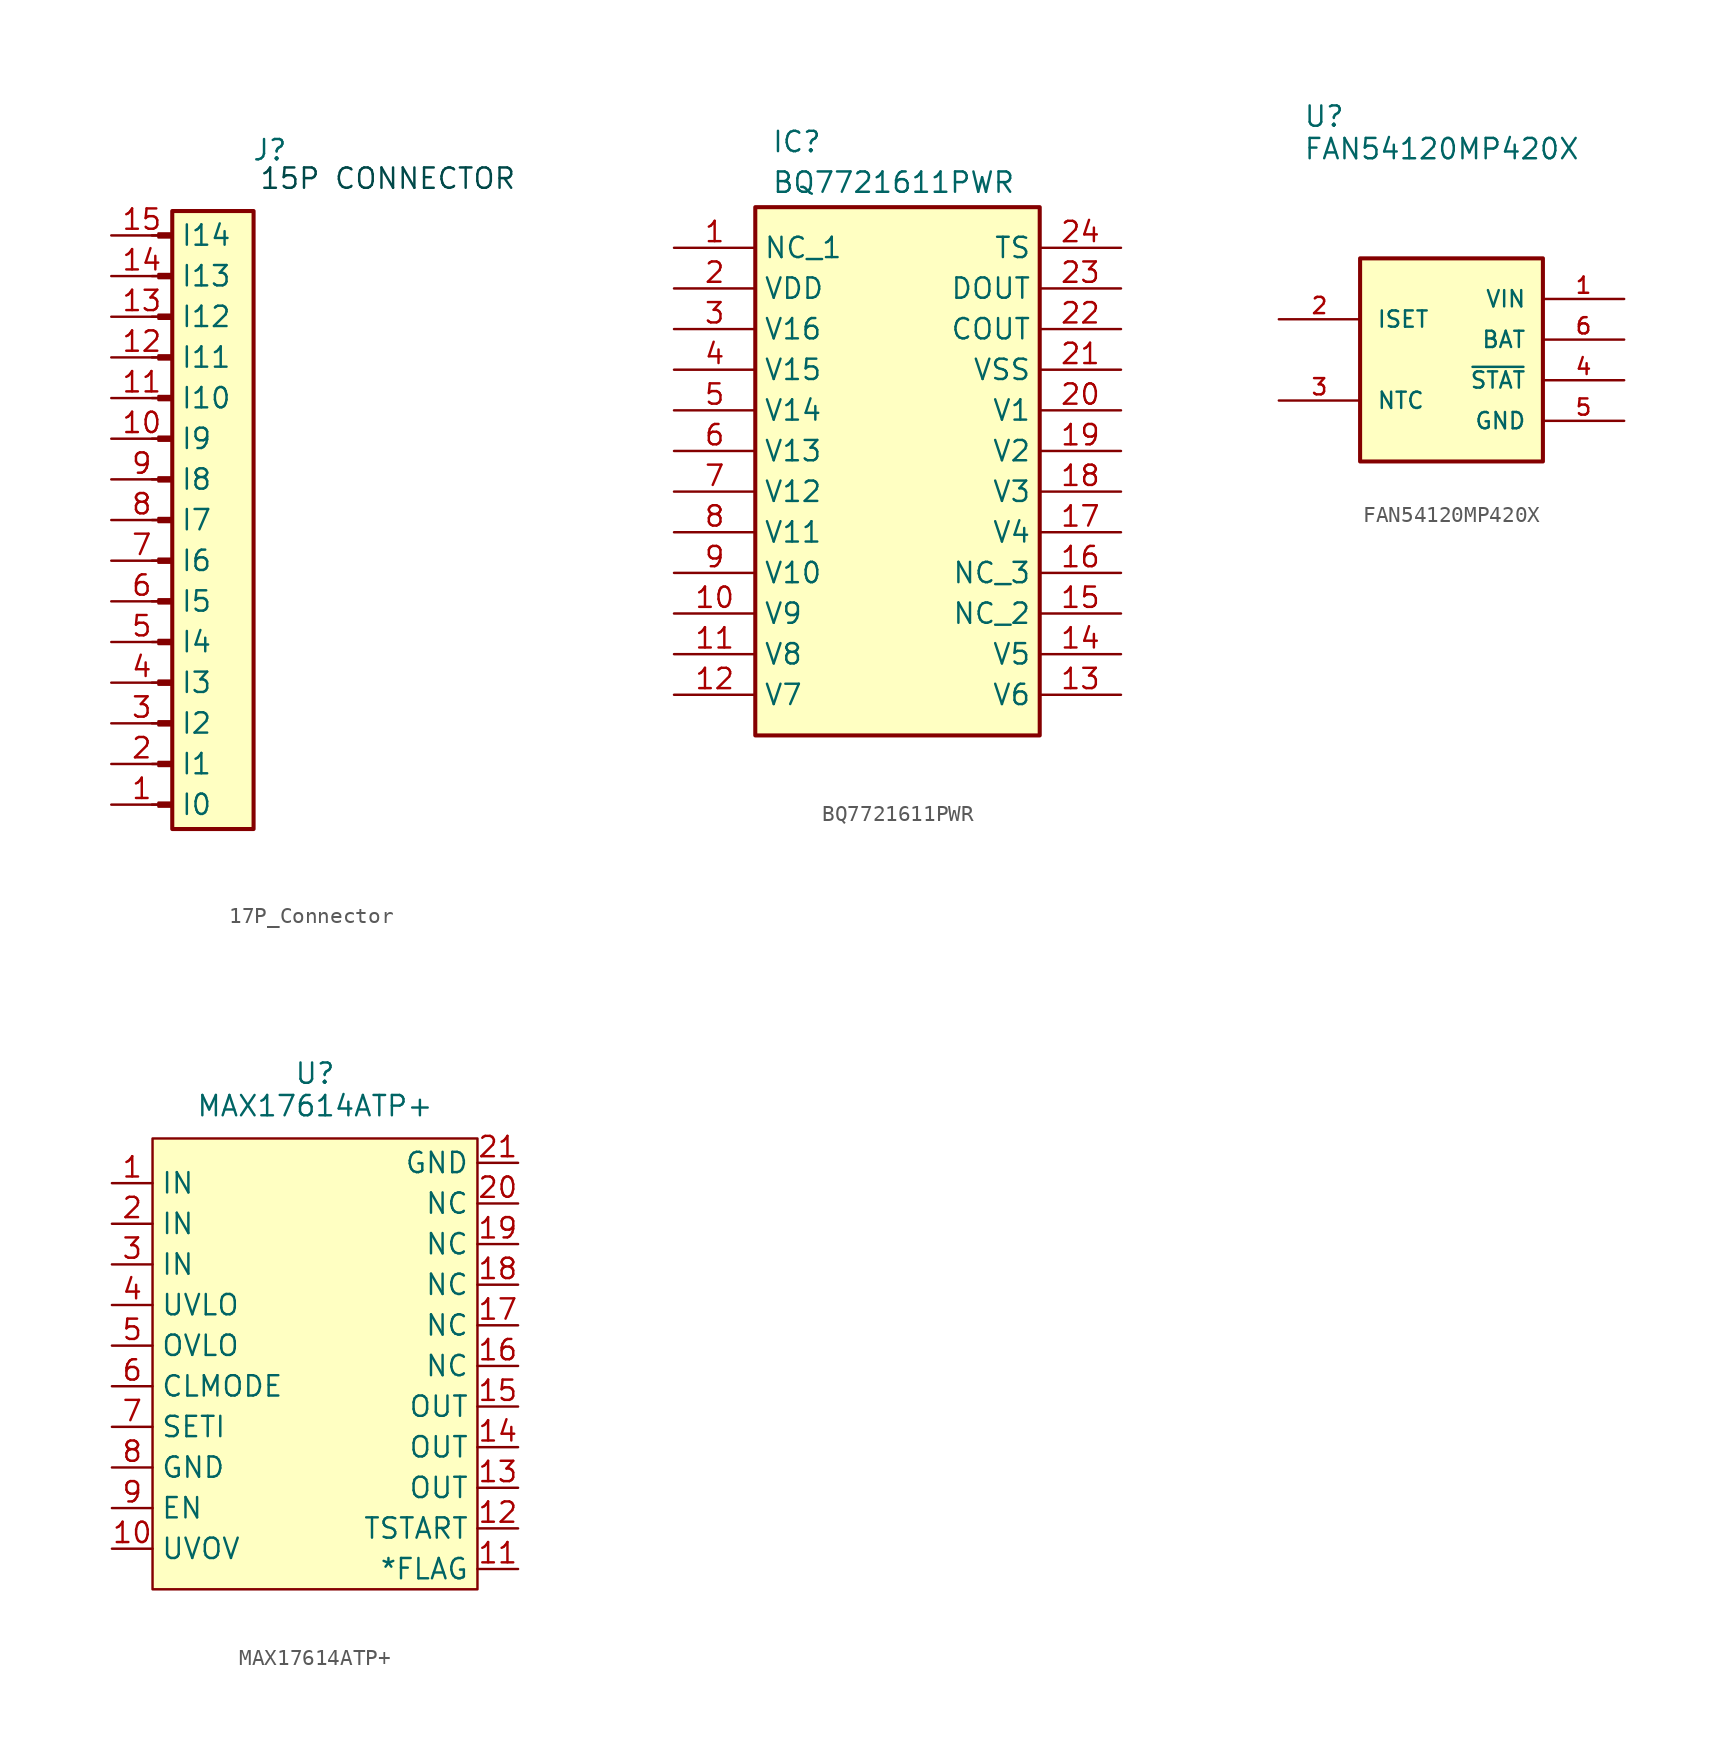
<source format=kicad_sym>
(kicad_symbol_lib
  (version 20241209)
  (generator "kicad_symbol_editor")
  (generator_version "9.0")
  (symbol "17P_Connector"
    (property "Reference" "J"
      (at 3.556 23.114 0)
      (effects (font (size 1.27 1.27))))
    (property "Value" ""
      (at 3.81 6.35 0)
      (effects (font (size 1.27 1.27))))
    (symbol "17P_Connector_0_1"
      (rectangle (start -2.54 19.304) (end 2.54 -19.304) (stroke (width 0.254) (type default)) (fill (type background))))
    (symbol "17P_Connector_1_1"
      (polyline (pts (xy -3.81 17.78) (xy -3.404 17.78)) (stroke (width 0.152) (type default)) (fill (type none)))
      (polyline (pts (xy -3.81 15.24) (xy -3.404 15.24)) (stroke (width 0.152) (type default)) (fill (type none)))
      (polyline (pts (xy -3.81 12.7) (xy -3.404 12.7)) (stroke (width 0.152) (type default)) (fill (type none)))
      (polyline (pts (xy -3.81 10.16) (xy -3.404 10.16)) (stroke (width 0.152) (type default)) (fill (type none)))
      (polyline (pts (xy -3.81 7.62) (xy -3.404 7.62)) (stroke (width 0.152) (type default)) (fill (type none)))
      (polyline (pts (xy -3.81 5.08) (xy -3.404 5.08)) (stroke (width 0.152) (type default)) (fill (type none)))
      (polyline (pts (xy -3.81 2.54) (xy -3.404 2.54)) (stroke (width 0.152) (type default)) (fill (type none)))
      (polyline (pts (xy -3.81 0) (xy -3.404 0)) (stroke (width 0.152) (type default)) (fill (type none)))
      (polyline (pts (xy -3.81 -2.54) (xy -3.404 -2.54)) (stroke (width 0.152) (type default)) (fill (type none)))
      (polyline (pts (xy -3.81 -5.08) (xy -3.404 -5.08)) (stroke (width 0.152) (type default)) (fill (type none)))
      (polyline (pts (xy -3.81 -7.62) (xy -3.404 -7.62)) (stroke (width 0.152) (type default)) (fill (type none)))
      (polyline (pts (xy -3.81 -10.16) (xy -3.404 -10.16)) (stroke (width 0.152) (type default)) (fill (type none)))
      (polyline (pts (xy -3.81 -12.7) (xy -3.404 -12.7)) (stroke (width 0.152) (type default)) (fill (type none)))
      (polyline (pts (xy -3.81 -15.24) (xy -3.404 -15.24)) (stroke (width 0.152) (type default)) (fill (type none)))
      (polyline (pts (xy -3.81 -17.78) (xy -3.404 -17.78)) (stroke (width 0.152) (type default)) (fill (type none)))
      (rectangle (start -3.404 17.653) (end -2.54 17.907) (stroke (width 0.152) (type default)) (fill (type outline)))
      (rectangle (start -3.404 15.113) (end -2.54 15.367) (stroke (width 0.152) (type default)) (fill (type outline)))
      (rectangle (start -3.404 12.573) (end -2.54 12.827) (stroke (width 0.152) (type default)) (fill (type outline)))
      (rectangle (start -3.404 10.033) (end -2.54 10.287) (stroke (width 0.152) (type default)) (fill (type outline)))
      (rectangle (start -3.404 7.493) (end -2.54 7.747) (stroke (width 0.152) (type default)) (fill (type outline)))
      (rectangle (start -3.404 4.953) (end -2.54 5.207) (stroke (width 0.152) (type default)) (fill (type outline)))
      (rectangle (start -3.404 2.413) (end -2.54 2.667) (stroke (width 0.152) (type default)) (fill (type outline)))
      (rectangle (start -3.404 -0.127) (end -2.54 0.127) (stroke (width 0.152) (type default)) (fill (type outline)))
      (rectangle (start -3.404 -2.667) (end -2.54 -2.413) (stroke (width 0.152) (type default)) (fill (type outline)))
      (rectangle (start -3.404 -5.207) (end -2.54 -4.953) (stroke (width 0.152) (type default)) (fill (type outline)))
      (rectangle (start -3.404 -7.747) (end -2.54 -7.493) (stroke (width 0.152) (type default)) (fill (type outline)))
      (rectangle (start -3.404 -10.287) (end -2.54 -10.033) (stroke (width 0.152) (type default)) (fill (type outline)))
      (rectangle (start -3.404 -12.827) (end -2.54 -12.573) (stroke (width 0.152) (type default)) (fill (type outline)))
      (rectangle (start -3.404 -15.367) (end -2.54 -15.113) (stroke (width 0.152) (type default)) (fill (type outline)))
      (rectangle (start -3.404 -17.907) (end -2.54 -17.653) (stroke (width 0.152) (type default)) (fill (type outline)))
      (text "15P CONNECTOR" (at 10.922 21.336 0) (effects (font (size 1.27 1.27) (color 0 72 72 1))))
      (pin passive line (at -6.35 17.78 0) (length 3.81) (name "I14" (effects (font (size 1.27 1.27)))) (number "15" (effects (font (size 1.27 1.27)))))
      (pin passive line (at -6.35 15.24 0) (length 3.81) (name "I13" (effects (font (size 1.27 1.27)))) (number "14" (effects (font (size 1.27 1.27)))))
      (pin passive line (at -6.35 12.7 0) (length 3.81) (name "I12" (effects (font (size 1.27 1.27)))) (number "13" (effects (font (size 1.27 1.27)))))
      (pin passive line (at -6.35 10.16 0) (length 3.81) (name "I11" (effects (font (size 1.27 1.27)))) (number "12" (effects (font (size 1.27 1.27)))))
      (pin passive line (at -6.35 7.62 0) (length 3.81) (name "I10" (effects (font (size 1.27 1.27)))) (number "11" (effects (font (size 1.27 1.27)))))
      (pin passive line (at -6.35 5.08 0) (length 3.81) (name "I9" (effects (font (size 1.27 1.27)))) (number "10" (effects (font (size 1.27 1.27)))))
      (pin passive line (at -6.35 2.54 0) (length 3.81) (name "I8" (effects (font (size 1.27 1.27)))) (number "9" (effects (font (size 1.27 1.27)))))
      (pin passive line (at -6.35 0 0) (length 3.81) (name "I7" (effects (font (size 1.27 1.27)))) (number "8" (effects (font (size 1.27 1.27)))))
      (pin passive line (at -6.35 -2.54 0) (length 3.81) (name "I6" (effects (font (size 1.27 1.27)))) (number "7" (effects (font (size 1.27 1.27)))))
      (pin passive line (at -6.35 -5.08 0) (length 3.81) (name "I5" (effects (font (size 1.27 1.27)))) (number "6" (effects (font (size 1.27 1.27)))))
      (pin passive line (at -6.35 -7.62 0) (length 3.81) (name "I4" (effects (font (size 1.27 1.27)))) (number "5" (effects (font (size 1.27 1.27)))))
      (pin passive line (at -6.35 -10.16 0) (length 3.81) (name "I3" (effects (font (size 1.27 1.27)))) (number "4" (effects (font (size 1.27 1.27)))))
      (pin passive line (at -6.35 -12.7 0) (length 3.81) (name "I2" (effects (font (size 1.27 1.27)))) (number "3" (effects (font (size 1.27 1.27)))))
      (pin passive line (at -6.35 -15.24 0) (length 3.81) (name "I1" (effects (font (size 1.27 1.27)))) (number "2" (effects (font (size 1.27 1.27)))))
      (pin passive line (at -6.35 -17.78 0) (length 3.81) (name "I0" (effects (font (size 1.27 1.27)))) (number "1" (effects (font (size 1.27 1.27)))))))
  (symbol "BQ7721611PWR"
    (property "Reference" "IC"
      (at -7.874 20.066 0)
      (effects (font (size 1.27 1.27)) (justify left top)))
    (property "Value" "BQ7721611PWR"
      (at -7.874 17.526 0)
      (effects (font (size 1.27 1.27)) (justify left top)))
    (symbol "BQ7721611PWR_1_1"
      (rectangle (start -8.89 15.24) (end 8.89 -17.78) (stroke (width 0.254) (type default)) (fill (type background)))
      (pin passive line (at -13.97 12.7 0) (length 5.08) (name "NC_1" (effects (font (size 1.27 1.27)))) (number "1" (effects (font (size 1.27 1.27)))))
      (pin passive line (at -13.97 10.16 0) (length 5.08) (name "VDD" (effects (font (size 1.27 1.27)))) (number "2" (effects (font (size 1.27 1.27)))))
      (pin passive line (at -13.97 7.62 0) (length 5.08) (name "V16" (effects (font (size 1.27 1.27)))) (number "3" (effects (font (size 1.27 1.27)))))
      (pin passive line (at -13.97 5.08 0) (length 5.08) (name "V15" (effects (font (size 1.27 1.27)))) (number "4" (effects (font (size 1.27 1.27)))))
      (pin passive line (at -13.97 2.54 0) (length 5.08) (name "V14" (effects (font (size 1.27 1.27)))) (number "5" (effects (font (size 1.27 1.27)))))
      (pin passive line (at -13.97 0 0) (length 5.08) (name "V13" (effects (font (size 1.27 1.27)))) (number "6" (effects (font (size 1.27 1.27)))))
      (pin passive line (at -13.97 -2.54 0) (length 5.08) (name "V12" (effects (font (size 1.27 1.27)))) (number "7" (effects (font (size 1.27 1.27)))))
      (pin passive line (at -13.97 -5.08 0) (length 5.08) (name "V11" (effects (font (size 1.27 1.27)))) (number "8" (effects (font (size 1.27 1.27)))))
      (pin passive line (at -13.97 -7.62 0) (length 5.08) (name "V10" (effects (font (size 1.27 1.27)))) (number "9" (effects (font (size 1.27 1.27)))))
      (pin passive line (at -13.97 -10.16 0) (length 5.08) (name "V9" (effects (font (size 1.27 1.27)))) (number "10" (effects (font (size 1.27 1.27)))))
      (pin passive line (at -13.97 -12.7 0) (length 5.08) (name "V8" (effects (font (size 1.27 1.27)))) (number "11" (effects (font (size 1.27 1.27)))))
      (pin passive line (at -13.97 -15.24 0) (length 5.08) (name "V7" (effects (font (size 1.27 1.27)))) (number "12" (effects (font (size 1.27 1.27)))))
      (pin passive line (at 13.97 12.7 180) (length 5.08) (name "TS" (effects (font (size 1.27 1.27)))) (number "24" (effects (font (size 1.27 1.27)))))
      (pin passive line (at 13.97 10.16 180) (length 5.08) (name "DOUT" (effects (font (size 1.27 1.27)))) (number "23" (effects (font (size 1.27 1.27)))))
      (pin passive line (at 13.97 7.62 180) (length 5.08) (name "COUT" (effects (font (size 1.27 1.27)))) (number "22" (effects (font (size 1.27 1.27)))))
      (pin passive line (at 13.97 5.08 180) (length 5.08) (name "VSS" (effects (font (size 1.27 1.27)))) (number "21" (effects (font (size 1.27 1.27)))))
      (pin passive line (at 13.97 2.54 180) (length 5.08) (name "V1" (effects (font (size 1.27 1.27)))) (number "20" (effects (font (size 1.27 1.27)))))
      (pin passive line (at 13.97 0 180) (length 5.08) (name "V2" (effects (font (size 1.27 1.27)))) (number "19" (effects (font (size 1.27 1.27)))))
      (pin passive line (at 13.97 -2.54 180) (length 5.08) (name "V3" (effects (font (size 1.27 1.27)))) (number "18" (effects (font (size 1.27 1.27)))))
      (pin passive line (at 13.97 -5.08 180) (length 5.08) (name "V4" (effects (font (size 1.27 1.27)))) (number "17" (effects (font (size 1.27 1.27)))))
      (pin passive line (at 13.97 -7.62 180) (length 5.08) (name "NC_3" (effects (font (size 1.27 1.27)))) (number "16" (effects (font (size 1.27 1.27)))))
      (pin passive line (at 13.97 -10.16 180) (length 5.08) (name "NC_2" (effects (font (size 1.27 1.27)))) (number "15" (effects (font (size 1.27 1.27)))))
      (pin passive line (at 13.97 -12.7 180) (length 5.08) (name "V5" (effects (font (size 1.27 1.27)))) (number "14" (effects (font (size 1.27 1.27)))))
      (pin passive line (at 13.97 -15.24 180) (length 5.08) (name "V6" (effects (font (size 1.27 1.27)))) (number "13" (effects (font (size 1.27 1.27)))))))
  (symbol "FAN54120MP420X"
    (pin_names
      (offset 1.016))
    (property "Reference" "U"
      (at -9.906 14.478 0)
      (effects (font (size 1.27 1.27)) (justify left bottom)))
    (property "Value" "FAN54120MP420X"
      (at -9.906 12.446 0)
      (effects (font (size 1.27 1.27)) (justify left bottom)))
    (symbol "FAN54120MP420X_0_0"
      (rectangle (start -6.35 6.35) (end 5.08 -6.35) (stroke (width 0.254) (type default)) (fill (type background)))
      (pin input line (at -11.43 2.54 0) (length 5.08) (name "ISET" (effects (font (size 1.016 1.016)))) (number "2" (effects (font (size 1.016 1.016)))))
      (pin input line (at -11.43 -2.54 0) (length 5.08) (name "NTC" (effects (font (size 1.016 1.016)))) (number "3" (effects (font (size 1.016 1.016)))))
      (pin power_in line (at 10.16 3.81 180) (length 5.08) (name "VIN" (effects (font (size 1.016 1.016)))) (number "1" (effects (font (size 1.016 1.016)))))
      (pin output line (at 10.16 1.27 180) (length 5.08) (name "BAT" (effects (font (size 1.016 1.016)))) (number "6" (effects (font (size 1.016 1.016)))))
      (pin output line (at 10.16 -1.27 180) (length 5.08) (name "~{STAT}" (effects (font (size 1.016 1.016)))) (number "4" (effects (font (size 1.016 1.016)))))
      (pin power_in line (at 10.16 -3.81 180) (length 5.08) (name "GND" (effects (font (size 1.016 1.016)))) (number "5" (effects (font (size 1.016 1.016)))))))
  (symbol "MAX17614ATP+"
    (property "Reference" "U"
      (at 0 25.908 0)
      (effects (font (size 1.27 1.27))))
    (property "Value" "MAX17614ATP+"
      (at 0 23.876 0)
      (effects (font (size 1.27 1.27))))
    (symbol "MAX17614ATP+_0_1"
      (rectangle (start -10.16 21.844) (end 10.16 -6.35) (stroke (width 0) (type default)) (fill (type background))))
    (symbol "MAX17614ATP+_1_1"
      (pin passive line (at -12.7 19.05 0) (length 2.54) (name "IN" (effects (font (size 1.27 1.27)))) (number "1" (effects (font (size 1.27 1.27)))))
      (pin passive line (at -12.7 16.51 0) (length 2.54) (name "IN" (effects (font (size 1.27 1.27)))) (number "2" (effects (font (size 1.27 1.27)))))
      (pin passive line (at -12.7 13.97 0) (length 2.54) (name "IN" (effects (font (size 1.27 1.27)))) (number "3" (effects (font (size 1.27 1.27)))))
      (pin passive line (at -12.7 11.43 0) (length 2.54) (name "UVLO" (effects (font (size 1.27 1.27)))) (number "4" (effects (font (size 1.27 1.27)))))
      (pin passive line (at -12.7 8.89 0) (length 2.54) (name "OVLO" (effects (font (size 1.27 1.27)))) (number "5" (effects (font (size 1.27 1.27)))))
      (pin passive line (at -12.7 6.35 0) (length 2.54) (name "CLMODE" (effects (font (size 1.27 1.27)))) (number "6" (effects (font (size 1.27 1.27)))))
      (pin passive line (at -12.7 3.81 0) (length 2.54) (name "SETI" (effects (font (size 1.27 1.27)))) (number "7" (effects (font (size 1.27 1.27)))))
      (pin passive line (at -12.7 1.27 0) (length 2.54) (name "GND" (effects (font (size 1.27 1.27)))) (number "8" (effects (font (size 1.27 1.27)))))
      (pin passive line (at -12.7 -1.27 0) (length 2.54) (name "EN" (effects (font (size 1.27 1.27)))) (number "9" (effects (font (size 1.27 1.27)))))
      (pin passive line (at -12.7 -3.81 0) (length 2.54) (name "UVOV" (effects (font (size 1.27 1.27)))) (number "10" (effects (font (size 1.27 1.27)))))
      (pin passive line (at 12.7 20.32 180) (length 2.54) (name "GND" (effects (font (size 1.27 1.27)))) (number "21" (effects (font (size 1.27 1.27)))))
      (pin passive line (at 12.7 17.78 180) (length 2.54) (name "NC" (effects (font (size 1.27 1.27)))) (number "20" (effects (font (size 1.27 1.27)))))
      (pin passive line (at 12.7 15.24 180) (length 2.54) (name "NC" (effects (font (size 1.27 1.27)))) (number "19" (effects (font (size 1.27 1.27)))))
      (pin passive line (at 12.7 12.7 180) (length 2.54) (name "NC" (effects (font (size 1.27 1.27)))) (number "18" (effects (font (size 1.27 1.27)))))
      (pin passive line (at 12.7 10.16 180) (length 2.54) (name "NC" (effects (font (size 1.27 1.27)))) (number "17" (effects (font (size 1.27 1.27)))))
      (pin passive line (at 12.7 7.62 180) (length 2.54) (name "NC" (effects (font (size 1.27 1.27)))) (number "16" (effects (font (size 1.27 1.27)))))
      (pin passive line (at 12.7 5.08 180) (length 2.54) (name "OUT" (effects (font (size 1.27 1.27)))) (number "15" (effects (font (size 1.27 1.27)))))
      (pin passive line (at 12.7 2.54 180) (length 2.54) (name "OUT" (effects (font (size 1.27 1.27)))) (number "14" (effects (font (size 1.27 1.27)))))
      (pin passive line (at 12.7 0 180) (length 2.54) (name "OUT" (effects (font (size 1.27 1.27)))) (number "13" (effects (font (size 1.27 1.27)))))
      (pin passive line (at 12.7 -2.54 180) (length 2.54) (name "TSTART" (effects (font (size 1.27 1.27)))) (number "12" (effects (font (size 1.27 1.27)))))
      (pin passive line (at 12.7 -5.08 180) (length 2.54) (name "*FLAG" (effects (font (size 1.27 1.27)))) (number "11" (effects (font (size 1.27 1.27))))))))
</source>
